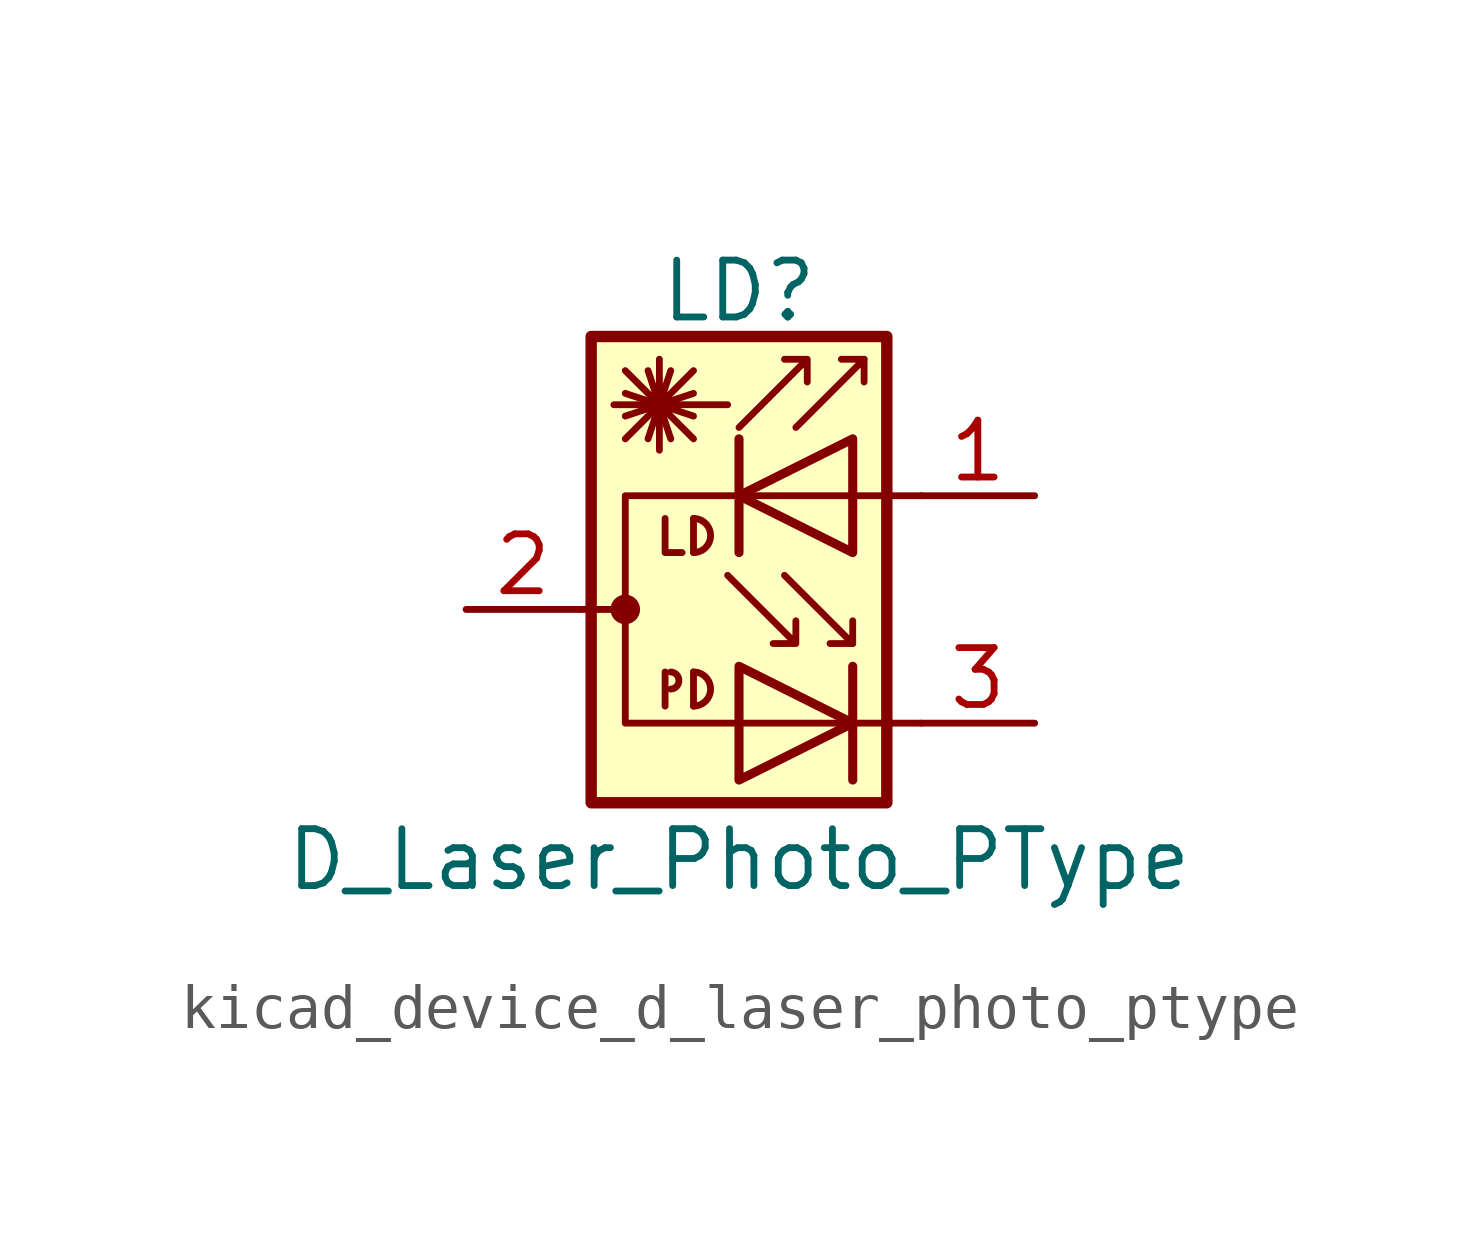
<source format=kicad_sym>
(kicad_symbol_lib
  (version 20220914)
  (generator kicad_symbol_editor)
  (symbol "kicad_device_d_laser_photo_ptype"
    (pin_names hide)
    (property "Reference" "LD"
      (at 1.016 7.112 0)
      (effects (font (size 1.27 1.27))))
    (property "Value" "D_Laser_Photo_PType"
      (at 1.016 -5.588 0)
      (effects (font (size 1.27 1.27))))
    (symbol "kicad_device_d_laser_photo_ptype_0_1"
      (circle (center -1.524 0) (radius 0.254) (stroke (width 0) (type default)) (fill (type outline)))
      (arc (start -0.508 -1.778) (mid -0.3302 -1.6002) (end -0.508 -1.397) (stroke (width 0) (type default)) (fill (type none)))
      (arc (start 0 -2.159) (mid 0.3794 -1.778) (end 0 -1.397) (stroke (width 0) (type default)) (fill (type none)))
      (polyline (pts (xy -2.54 0) (xy -1.524 0)) (stroke (width 0) (type default)) (fill (type none)))
      (polyline (pts (xy -1.524 3.81) (xy 0 5.334)) (stroke (width 0) (type default)) (fill (type none)))
      (polyline (pts (xy -1.524 4.318) (xy 0 4.826)) (stroke (width 0) (type default)) (fill (type none)))
      (polyline (pts (xy -1.524 4.826) (xy 0 4.318)) (stroke (width 0) (type default)) (fill (type none)))
      (polyline (pts (xy -1.524 5.334) (xy 0 3.81)) (stroke (width 0) (type default)) (fill (type none)))
      (polyline (pts (xy -1.016 5.334) (xy -0.508 3.81)) (stroke (width 0) (type default)) (fill (type none)))
      (polyline (pts (xy -0.762 4.572) (xy -0.762 3.556)) (stroke (width 0) (type default)) (fill (type none)))
      (polyline (pts (xy -0.762 4.572) (xy -0.762 5.588)) (stroke (width 0) (type default)) (fill (type none)))
      (polyline (pts (xy -0.635 -1.397) (xy -0.635 -2.159)) (stroke (width 0) (type default)) (fill (type none)))
      (polyline (pts (xy -0.508 5.334) (xy -1.016 3.81)) (stroke (width 0) (type default)) (fill (type none)))
      (polyline (pts (xy 0 -1.397) (xy 0 -2.159)) (stroke (width 0) (type default)) (fill (type none)))
      (polyline (pts (xy 0 2.032) (xy 0 1.27)) (stroke (width 0) (type default)) (fill (type none)))
      (polyline (pts (xy 0.762 4.572) (xy -1.778 4.572)) (stroke (width 0) (type default)) (fill (type none)))
      (polyline (pts (xy 1.016 3.81) (xy 1.016 1.27)) (stroke (width 0.203) (type default)) (fill (type none)))
      (polyline (pts (xy 3.556 -1.27) (xy 3.556 -3.81)) (stroke (width 0.203) (type default)) (fill (type none)))
      (polyline (pts (xy 3.556 -0.762) (xy 3.048 -0.762)) (stroke (width 0) (type default)) (fill (type none)))
      (polyline (pts (xy 3.81 5.588) (xy 3.302 5.588)) (stroke (width 0) (type default)) (fill (type none)))
      (polyline (pts (xy -0.635 2.032) (xy -0.635 1.27) (xy -0.254 1.27)) (stroke (width 0) (type default)) (fill (type none)))
      (polyline (pts (xy 2.032 0.762) (xy 3.556 -0.762) (xy 3.556 -0.254)) (stroke (width 0) (type default)) (fill (type none)))
      (polyline (pts (xy 2.286 4.064) (xy 3.81 5.588) (xy 3.81 5.08)) (stroke (width 0) (type default)) (fill (type none)))
      (polyline (pts (xy 1.016 -1.27) (xy 1.016 -3.81) (xy 3.556 -2.54) (xy 1.016 -1.27)) (stroke (width 0.203) (type default)) (fill (type none)))
      (polyline (pts (xy 3.556 3.81) (xy 3.556 1.27) (xy 1.016 2.54) (xy 3.556 3.81)) (stroke (width 0.203) (type default)) (fill (type none)))
      (polyline (pts (xy 5.08 2.54) (xy -1.524 2.54) (xy -1.524 -2.54) (xy 5.08 -2.54)) (stroke (width 0) (type default)) (fill (type none)))
      (polyline (pts (xy 0.762 0.762) (xy 2.286 -0.762) (xy 2.286 -0.254) (xy 2.286 -0.762) (xy 1.778 -0.762)) (stroke (width 0) (type default)) (fill (type none)))
      (polyline (pts (xy 1.016 4.064) (xy 2.54 5.588) (xy 2.54 5.08) (xy 2.54 5.588) (xy 2.032 5.588)) (stroke (width 0) (type default)) (fill (type none)))
      (arc (start 0 1.27) (mid 0.3794 1.651) (end 0 2.032) (stroke (width 0) (type default)) (fill (type none)))
      (rectangle (start 4.318 6.096) (end -2.286 -4.318) (stroke (width 0.254) (type default)) (fill (type background))))
    (symbol "kicad_device_d_laser_photo_ptype_1_1"
      (pin passive line (at 7.62 2.54 180) (length 2.54) (name "~" (effects (font (size 1.27 1.27)))) (number "1" (effects (font (size 1.27 1.27)))))
      (pin passive line (at -5.08 0 0) (length 2.54) (name "~" (effects (font (size 1.27 1.27)))) (number "2" (effects (font (size 1.27 1.27)))))
      (pin passive line (at 7.62 -2.54 180) (length 2.54) (name "~" (effects (font (size 1.27 1.27)))) (number "3" (effects (font (size 1.27 1.27))))))))
</source>
